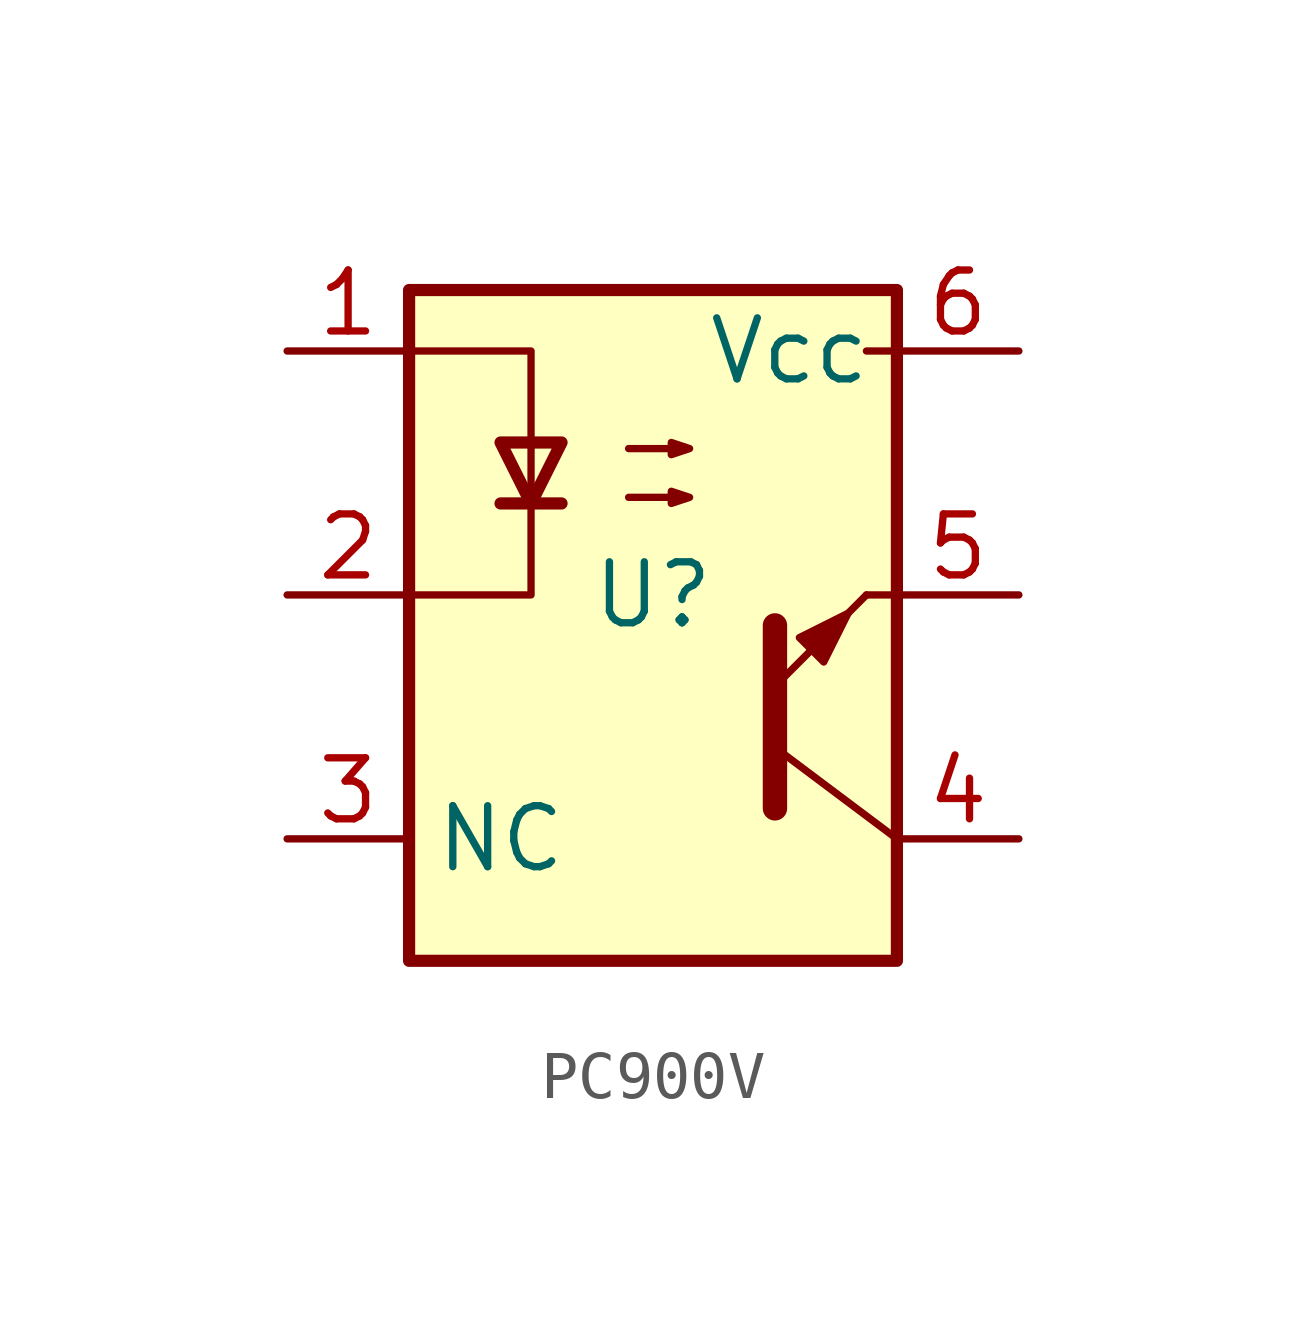
<source format=kicad_sym>
(kicad_symbol_lib
  (version 20241209)
  (generator "kicad_symbol_editor")
  (generator_version "9.0")
  (symbol "PC900V"
    (property "Reference" "U"
      (at 0 0 0)
      (effects (font (size 1.27 1.27))))
    (property "Value" ""
      (at 0 0 0)
      (effects (font (size 1.27 1.27))))
    (symbol "PC900V_0_1"
      (rectangle (start -5.08 6.35) (end 5.08 -7.62) (stroke (width 0.254) (type default)) (fill (type background)))
      (polyline (pts (xy -5.08 5.08) (xy -2.54 5.08) (xy -2.54 1.905)) (stroke (width 0) (type default)) (fill (type none)))
      (polyline (pts (xy -3.175 1.905) (xy -1.905 1.905)) (stroke (width 0.254) (type default)) (fill (type none)))
      (polyline (pts (xy -2.54 1.905) (xy -2.54 0) (xy -5.08 0)) (stroke (width 0) (type default)) (fill (type none)))
      (polyline (pts (xy -2.54 1.905) (xy -3.175 3.175) (xy -1.905 3.175) (xy -2.54 1.905)) (stroke (width 0.254) (type default)) (fill (type none)))
      (polyline (pts (xy -0.508 3.048) (xy 0.762 3.048) (xy 0.381 2.921) (xy 0.381 3.175) (xy 0.762 3.048)) (stroke (width 0) (type default)) (fill (type none)))
      (polyline (pts (xy -0.508 2.032) (xy 0.762 2.032) (xy 0.381 1.905) (xy 0.381 2.159) (xy 0.762 2.032)) (stroke (width 0) (type default)) (fill (type none)))
      (polyline (pts (xy 2.54 -0.635) (xy 2.54 -4.445)) (stroke (width 0.508) (type default)) (fill (type none)))
      (polyline (pts (xy 2.54 -3.175) (xy 5.08 -5.08)) (stroke (width 0) (type default)) (fill (type none)))
      (polyline (pts (xy 3.048 -0.889) (xy 3.556 -1.397) (xy 4.064 -0.381) (xy 3.048 -0.889)) (stroke (width 0) (type default)) (fill (type outline)))
      (polyline (pts (xy 4.445 5.08) (xy 5.08 5.08)) (stroke (width 0) (type default)) (fill (type none)))
      (polyline (pts (xy 4.445 0) (xy 2.54 -1.905)) (stroke (width 0) (type default)) (fill (type outline)))
      (polyline (pts (xy 4.445 0) (xy 5.08 0)) (stroke (width 0) (type default)) (fill (type none))))
    (symbol "PC900V_1_1"
      (pin passive line (at -7.62 5.08 0) (length 2.54) (name "~" (effects (font (size 1.27 1.27)))) (number "1" (effects (font (size 1.27 1.27)))))
      (pin passive line (at -7.62 0 0) (length 2.54) (name "~" (effects (font (size 1.27 1.27)))) (number "2" (effects (font (size 1.27 1.27)))))
      (pin input line (at -7.62 -5.08 0) (length 2.54) (name "NC" (effects (font (size 1.27 1.27)))) (number "3" (effects (font (size 1.27 1.27)))))
      (pin passive line (at 7.62 5.08 180) (length 2.54) (name "Vcc" (effects (font (size 1.27 1.27)))) (number "6" (effects (font (size 1.27 1.27)))))
      (pin passive line (at 7.62 0 180) (length 2.54) (name "~" (effects (font (size 1.27 1.27)))) (number "5" (effects (font (size 1.27 1.27)))))
      (pin input line (at 7.62 -5.08 180) (length 2.54) (name "" (effects (font (size 1.27 1.27)))) (number "4" (effects (font (size 1.27 1.27))))))))
</source>
